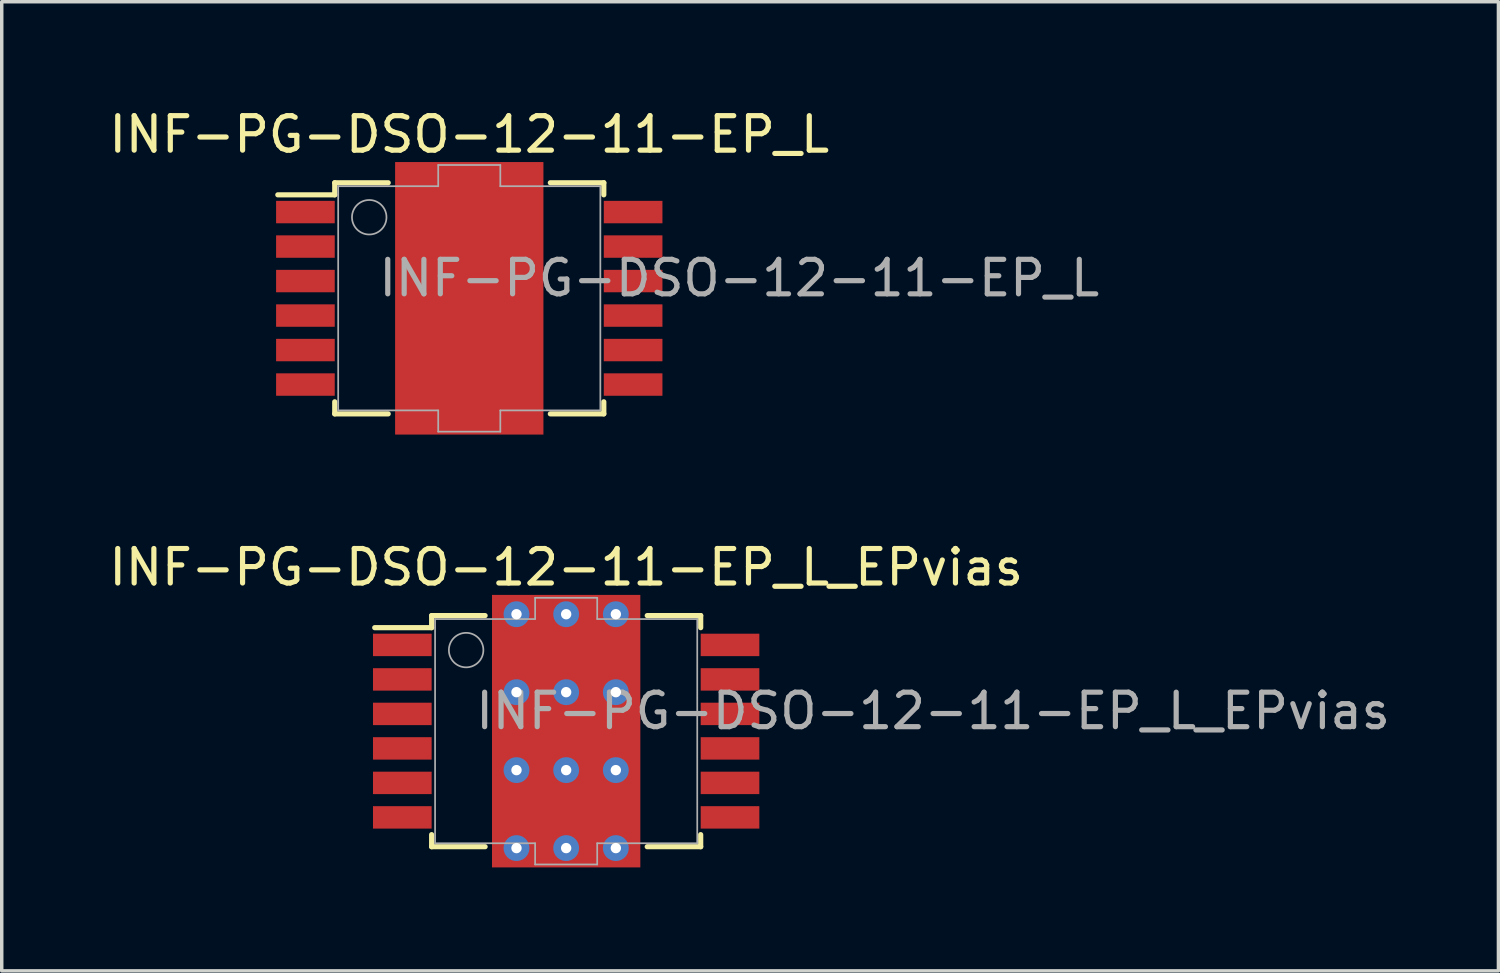
<source format=kicad_pcb>
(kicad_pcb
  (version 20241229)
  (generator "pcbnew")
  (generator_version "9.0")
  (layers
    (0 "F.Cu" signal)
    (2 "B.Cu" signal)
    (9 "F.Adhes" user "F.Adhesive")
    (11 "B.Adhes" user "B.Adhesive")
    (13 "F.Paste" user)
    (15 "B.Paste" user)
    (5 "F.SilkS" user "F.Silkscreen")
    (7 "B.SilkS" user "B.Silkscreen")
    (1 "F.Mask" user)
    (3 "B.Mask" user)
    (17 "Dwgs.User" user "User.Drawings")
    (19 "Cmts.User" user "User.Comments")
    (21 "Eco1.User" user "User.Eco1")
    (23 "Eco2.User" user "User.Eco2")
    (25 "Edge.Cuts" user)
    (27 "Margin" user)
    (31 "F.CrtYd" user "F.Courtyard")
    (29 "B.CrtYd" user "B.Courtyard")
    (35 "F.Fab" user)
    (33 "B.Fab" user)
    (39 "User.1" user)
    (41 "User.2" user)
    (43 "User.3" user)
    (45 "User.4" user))
  (footprint "INF-PG-DSO-12-11-EP_L"
    (layer "F.Cu")
    (at 10.554 5.598)
    (property "Reference" "INF-PG-DSO-12-11-EP_L" (at -2.7 0 0) (layer "F.Fab") (effects (font (size 1 1) (thickness 0.15)) (justify left bottom)))
    (attr through_hole)
    (fp_line (start -5.55 -3) (end -3.9 -3) (stroke (width 0.15) (type solid)) (layer "F.SilkS"))
    (fp_line (start -3.9 -3.35) (end -2.35 -3.35) (stroke (width 0.15) (type solid)) (layer "F.SilkS"))
    (fp_line (start -3.9 -3) (end -3.9 -3.35) (stroke (width 0.15) (type solid)) (layer "F.SilkS"))
    (fp_line (start -3.9 3) (end -3.9 3.35) (stroke (width 0.15) (type solid)) (layer "F.SilkS"))
    (fp_line (start -3.9 3.35) (end -2.35 3.35) (stroke (width 0.15) (type solid)) (layer "F.SilkS"))
    (fp_line (start 3.9 -3.35) (end 2.35 -3.35) (stroke (width 0.15) (type solid)) (layer "F.SilkS"))
    (fp_line (start 3.9 -3) (end 3.9 -3.35) (stroke (width 0.15) (type solid)) (layer "F.SilkS"))
    (fp_line (start 3.9 3) (end 3.9 3.35) (stroke (width 0.15) (type solid)) (layer "F.SilkS"))
    (fp_line (start 3.9 3.35) (end 2.35 3.35) (stroke (width 0.15) (type solid)) (layer "F.SilkS"))
    (fp_line (start -3.8 -3.25) (end -0.9 -3.25) (stroke (width 0.05) (type solid)) (layer "F.Fab"))
    (fp_line (start -3.8 3.25) (end -3.8 -3.25) (stroke (width 0.05) (type solid)) (layer "F.Fab"))
    (fp_line (start -0.9 -3.865) (end 0.9 -3.865) (stroke (width 0.05) (type solid)) (layer "F.Fab"))
    (fp_line (start -0.9 -3.25) (end -0.9 -3.865) (stroke (width 0.05) (type solid)) (layer "F.Fab"))
    (fp_line (start -0.9 3.25) (end -3.8 3.25) (stroke (width 0.05) (type solid)) (layer "F.Fab"))
    (fp_line (start -0.9 3.865) (end -0.9 3.25) (stroke (width 0.05) (type solid)) (layer "F.Fab"))
    (fp_line (start 0.9 -3.865) (end 0.9 -3.25) (stroke (width 0.05) (type solid)) (layer "F.Fab"))
    (fp_line (start 0.9 -3.25) (end 3.8 -3.25) (stroke (width 0.05) (type solid)) (layer "F.Fab"))
    (fp_line (start 0.9 3.25) (end 0.9 3.865) (stroke (width 0.05) (type solid)) (layer "F.Fab"))
    (fp_line (start 0.9 3.865) (end -0.9 3.865) (stroke (width 0.05) (type solid)) (layer "F.Fab"))
    (fp_line (start 3.8 -3.25) (end 3.8 3.25) (stroke (width 0.05) (type solid)) (layer "F.Fab"))
    (fp_line (start 3.8 3.25) (end 0.9 3.25) (stroke (width 0.05) (type solid)) (layer "F.Fab"))
    (fp_circle (center -2.9 -2.35) (end -2.4 -2.35) (stroke (width 0.05) (type solid)) (fill no) (layer "F.Fab"))
    (fp_text user "${REFERENCE}" (at 0 -4.75 0) (layer "F.SilkS") (effects (font (size 1 1) (thickness 0.15))))
    (pad "1" smd rect (at -4.75 -2.5) (size 1.7 0.65) (layers "F.Cu" "F.Mask" "F.Paste"))
    (pad "2" smd rect (at -4.75 -1.5) (size 1.7 0.65) (layers "F.Cu" "F.Mask" "F.Paste"))
    (pad "3" smd rect (at -4.75 -0.5) (size 1.7 0.65) (layers "F.Cu" "F.Mask" "F.Paste"))
    (pad "4" smd rect (at -4.75 0.5) (size 1.7 0.65) (layers "F.Cu" "F.Mask" "F.Paste"))
    (pad "5" smd rect (at -4.75 1.5) (size 1.7 0.65) (layers "F.Cu" "F.Mask" "F.Paste"))
    (pad "6" smd rect (at -4.75 2.5) (size 1.7 0.65) (layers "F.Cu" "F.Mask" "F.Paste"))
    (pad "7" smd rect (at 4.75 2.5) (size 1.7 0.65) (layers "F.Cu" "F.Mask" "F.Paste"))
    (pad "8" smd rect (at 4.75 1.5) (size 1.7 0.65) (layers "F.Cu" "F.Mask" "F.Paste"))
    (pad "9" smd rect (at 4.75 0.5) (size 1.7 0.65) (layers "F.Cu" "F.Mask" "F.Paste"))
    (pad "10" smd rect (at 4.75 -0.5) (size 1.7 0.65) (layers "F.Cu" "F.Mask" "F.Paste"))
    (pad "11" smd rect (at 4.75 -1.5) (size 1.7 0.65) (layers "F.Cu" "F.Mask" "F.Paste"))
    (pad "12" smd rect (at 4.75 -2.5) (size 1.7 0.65) (layers "F.Cu" "F.Mask" "F.Paste"))
    (pad "13" smd rect (at 0 0) (size 4.3 7.9) (layers "F.Cu" "F.Mask" "F.Paste")))
  (footprint "INF-PG-DSO-12-11-EP_L_EPvias"
    (layer "F.Cu")
    (at 13.363 18.146)
    (property "Reference" "INF-PG-DSO-12-11-EP_L_EPvias" (at -2.7 0 0) (layer "F.Fab") (effects (font (size 1 1) (thickness 0.15)) (justify left bottom)))
    (attr through_hole)
    (fp_line (start -5.55 -3) (end -3.9 -3) (stroke (width 0.15) (type solid)) (layer "F.SilkS"))
    (fp_line (start -3.9 -3.35) (end -2.35 -3.35) (stroke (width 0.15) (type solid)) (layer "F.SilkS"))
    (fp_line (start -3.9 -3) (end -3.9 -3.35) (stroke (width 0.15) (type solid)) (layer "F.SilkS"))
    (fp_line (start -3.9 3) (end -3.9 3.35) (stroke (width 0.15) (type solid)) (layer "F.SilkS"))
    (fp_line (start -3.9 3.35) (end -2.35 3.35) (stroke (width 0.15) (type solid)) (layer "F.SilkS"))
    (fp_line (start 3.9 -3.35) (end 2.35 -3.35) (stroke (width 0.15) (type solid)) (layer "F.SilkS"))
    (fp_line (start 3.9 -3) (end 3.9 -3.35) (stroke (width 0.15) (type solid)) (layer "F.SilkS"))
    (fp_line (start 3.9 3) (end 3.9 3.35) (stroke (width 0.15) (type solid)) (layer "F.SilkS"))
    (fp_line (start 3.9 3.35) (end 2.35 3.35) (stroke (width 0.15) (type solid)) (layer "F.SilkS"))
    (fp_line (start -3.8 -3.25) (end -0.9 -3.25) (stroke (width 0.05) (type solid)) (layer "F.Fab"))
    (fp_line (start -3.8 3.25) (end -3.8 -3.25) (stroke (width 0.05) (type solid)) (layer "F.Fab"))
    (fp_line (start -0.9 -3.865) (end 0.9 -3.865) (stroke (width 0.05) (type solid)) (layer "F.Fab"))
    (fp_line (start -0.9 -3.25) (end -0.9 -3.865) (stroke (width 0.05) (type solid)) (layer "F.Fab"))
    (fp_line (start -0.9 3.25) (end -3.8 3.25) (stroke (width 0.05) (type solid)) (layer "F.Fab"))
    (fp_line (start -0.9 3.865) (end -0.9 3.25) (stroke (width 0.05) (type solid)) (layer "F.Fab"))
    (fp_line (start 0.9 -3.865) (end 0.9 -3.25) (stroke (width 0.05) (type solid)) (layer "F.Fab"))
    (fp_line (start 0.9 -3.25) (end 3.8 -3.25) (stroke (width 0.05) (type solid)) (layer "F.Fab"))
    (fp_line (start 0.9 3.25) (end 0.9 3.865) (stroke (width 0.05) (type solid)) (layer "F.Fab"))
    (fp_line (start 0.9 3.865) (end -0.9 3.865) (stroke (width 0.05) (type solid)) (layer "F.Fab"))
    (fp_line (start 3.8 -3.25) (end 3.8 3.25) (stroke (width 0.05) (type solid)) (layer "F.Fab"))
    (fp_line (start 3.8 3.25) (end 0.9 3.25) (stroke (width 0.05) (type solid)) (layer "F.Fab"))
    (fp_circle (center -2.9 -2.35) (end -2.4 -2.35) (stroke (width 0.05) (type solid)) (fill no) (layer "F.Fab"))
    (fp_text user "${REFERENCE}" (at 0 -4.75 0) (layer "F.SilkS") (effects (font (size 1 1) (thickness 0.15))))
    (pad "1" smd rect (at -4.75 -2.5) (size 1.7 0.65) (layers "F.Cu" "F.Mask" "F.Paste"))
    (pad "2" smd rect (at -4.75 -1.5) (size 1.7 0.65) (layers "F.Cu" "F.Mask" "F.Paste"))
    (pad "3" smd rect (at -4.75 -0.5) (size 1.7 0.65) (layers "F.Cu" "F.Mask" "F.Paste"))
    (pad "4" smd rect (at -4.75 0.5) (size 1.7 0.65) (layers "F.Cu" "F.Mask" "F.Paste"))
    (pad "5" smd rect (at -4.75 1.5) (size 1.7 0.65) (layers "F.Cu" "F.Mask" "F.Paste"))
    (pad "6" smd rect (at -4.75 2.5) (size 1.7 0.65) (layers "F.Cu" "F.Mask" "F.Paste"))
    (pad "7" smd rect (at 4.75 2.5) (size 1.7 0.65) (layers "F.Cu" "F.Mask" "F.Paste"))
    (pad "8" smd rect (at 4.75 1.5) (size 1.7 0.65) (layers "F.Cu" "F.Mask" "F.Paste"))
    (pad "9" smd rect (at 4.75 0.5) (size 1.7 0.65) (layers "F.Cu" "F.Mask" "F.Paste"))
    (pad "10" smd rect (at 4.75 -0.5) (size 1.7 0.65) (layers "F.Cu" "F.Mask" "F.Paste"))
    (pad "11" smd rect (at 4.75 -1.5) (size 1.7 0.65) (layers "F.Cu" "F.Mask" "F.Paste"))
    (pad "12" smd rect (at 4.75 -2.5) (size 1.7 0.65) (layers "F.Cu" "F.Mask" "F.Paste"))
    (pad "13" thru_hole circle (at -1.44 -3.39) (size 0.75 0.75) (drill 0.3) (layers "*.Cu" "F.Mask"))
    (pad "13" thru_hole circle (at -1.44 -1.13) (size 0.75 0.75) (drill 0.3) (layers "*.Cu" "F.Mask"))
    (pad "13" thru_hole circle (at -1.44 1.13) (size 0.75 0.75) (drill 0.3) (layers "*.Cu" "F.Mask"))
    (pad "13" thru_hole circle (at -1.44 3.39) (size 0.75 0.75) (drill 0.3) (layers "*.Cu" "F.Mask"))
    (pad "13" thru_hole circle (at 0 -3.39) (size 0.75 0.75) (drill 0.3) (layers "*.Cu" "F.Mask"))
    (pad "13" thru_hole circle (at 0 -1.13) (size 0.75 0.75) (drill 0.3) (layers "*.Cu" "F.Mask"))
    (pad "13" smd rect (at 0 0) (size 4.3 7.9) (layers "F.Cu" "F.Mask" "F.Paste"))
    (pad "13" thru_hole circle (at 0 1.13) (size 0.75 0.75) (drill 0.3) (layers "*.Cu" "F.Mask"))
    (pad "13" thru_hole circle (at 0 3.39) (size 0.75 0.75) (drill 0.3) (layers "*.Cu" "F.Mask"))
    (pad "13" thru_hole circle (at 1.44 -3.39) (size 0.75 0.75) (drill 0.3) (layers "*.Cu" "F.Mask"))
    (pad "13" thru_hole circle (at 1.44 -1.13) (size 0.75 0.75) (drill 0.3) (layers "*.Cu" "F.Mask"))
    (pad "13" thru_hole circle (at 1.44 1.13) (size 0.75 0.75) (drill 0.3) (layers "*.Cu" "F.Mask"))
    (pad "13" thru_hole circle (at 1.44 3.39) (size 0.75 0.75) (drill 0.3) (layers "*.Cu" "F.Mask")))
  (gr_rect
    (start -3 -3)
    (end 40.389 25.096)
    (stroke (width 0.1) (type default))
    (fill no)
    (layer "Edge.Cuts")))
</source>
